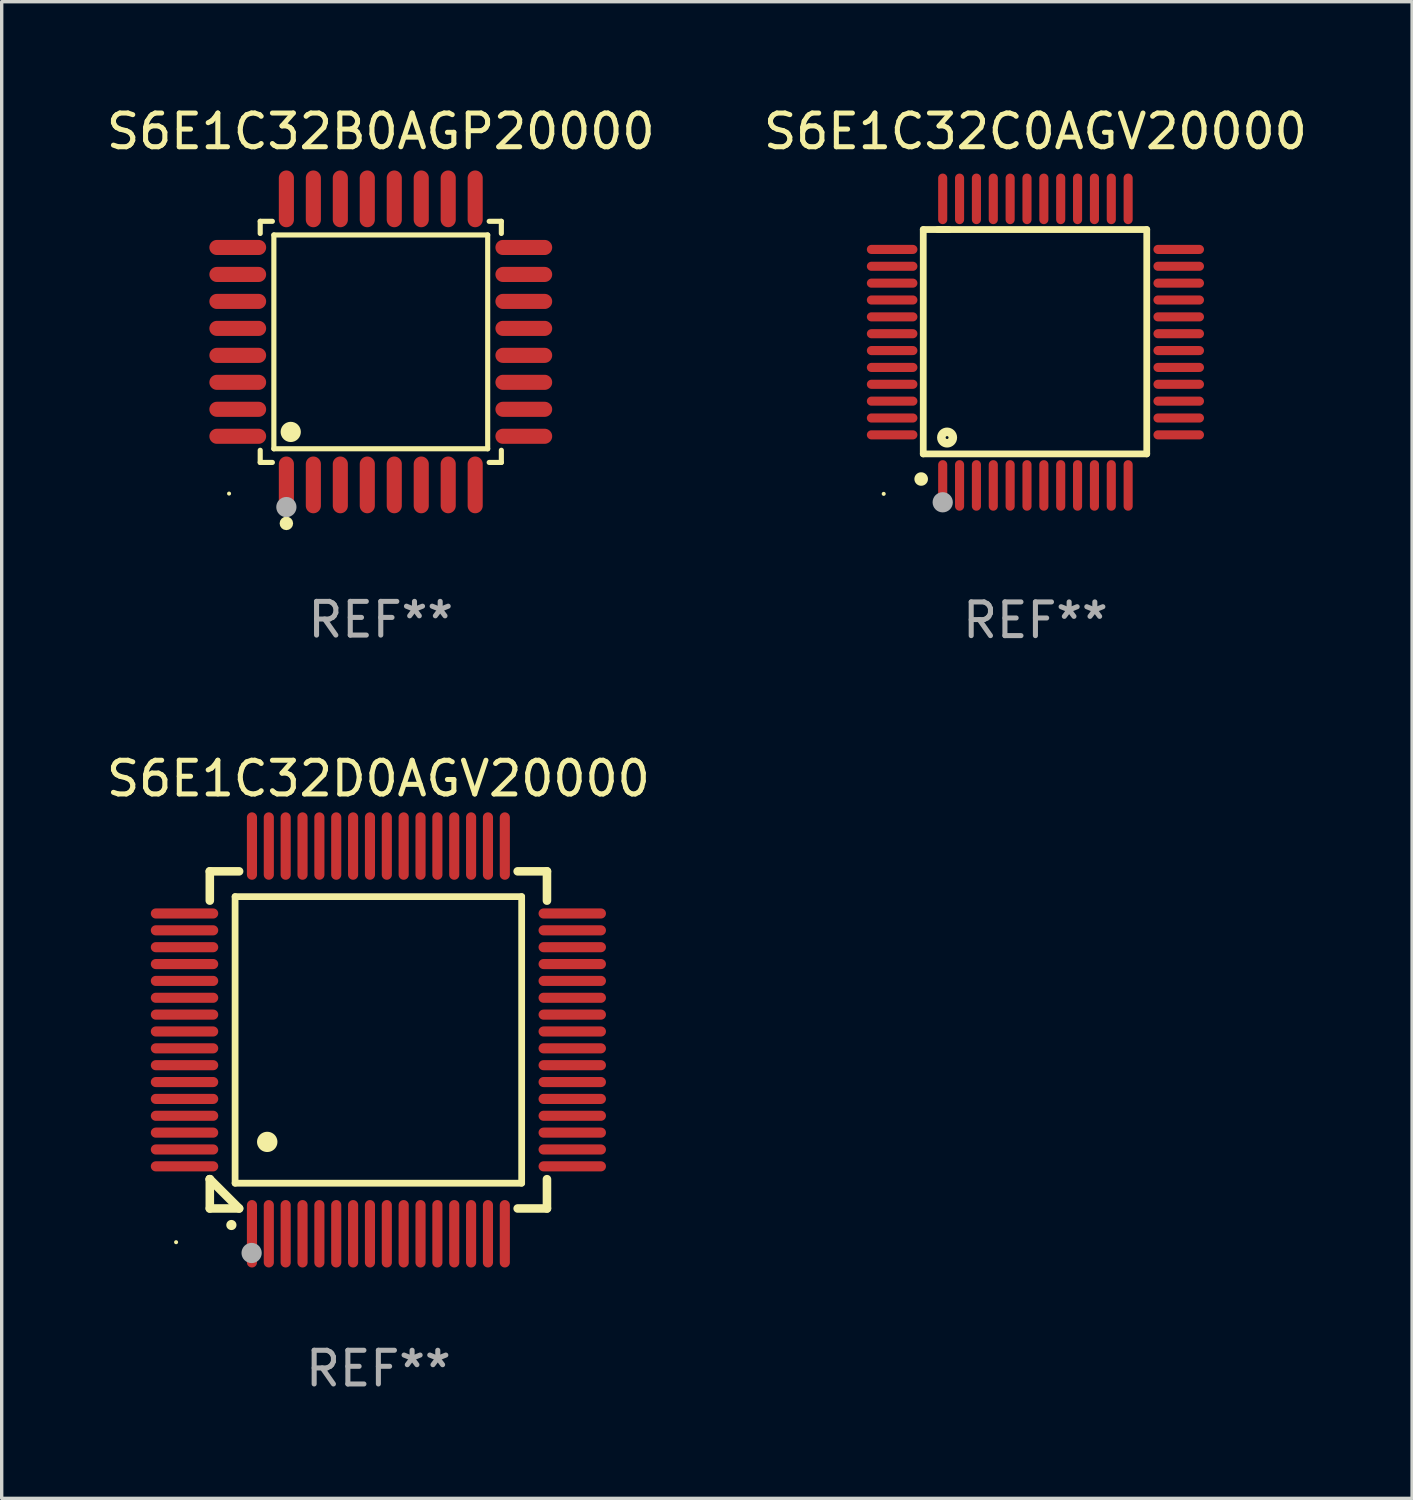
<source format=kicad_pcb>
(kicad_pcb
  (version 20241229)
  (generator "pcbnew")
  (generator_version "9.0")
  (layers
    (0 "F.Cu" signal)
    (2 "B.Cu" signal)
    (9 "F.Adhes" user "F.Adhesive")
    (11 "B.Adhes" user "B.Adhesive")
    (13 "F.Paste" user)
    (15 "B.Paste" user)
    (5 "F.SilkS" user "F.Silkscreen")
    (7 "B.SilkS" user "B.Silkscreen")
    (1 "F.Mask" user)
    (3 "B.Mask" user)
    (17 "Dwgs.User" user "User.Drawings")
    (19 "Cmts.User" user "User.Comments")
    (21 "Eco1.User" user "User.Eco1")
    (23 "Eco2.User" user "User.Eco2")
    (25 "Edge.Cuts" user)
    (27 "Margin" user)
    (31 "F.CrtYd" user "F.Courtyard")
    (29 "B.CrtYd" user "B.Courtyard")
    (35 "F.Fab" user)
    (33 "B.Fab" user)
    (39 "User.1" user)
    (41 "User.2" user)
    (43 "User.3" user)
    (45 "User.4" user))
  (footprint "S6E1C32B0AGP20000"
    (layer "F.Cu")
    (at 8.244 7.09)
    (property "Reference" "S6E1C32B0AGP20000" (at 0 -6.242 0) (layer "F.SilkS") (effects (font (size 1 1) (thickness 0.15))))
    (attr through_hole)
    (fp_line (start -3.576 -3.576) (end -3.215 -3.576) (stroke (width 0.152) (type solid)) (layer "F.SilkS"))
    (fp_line (start -3.576 -3.215) (end -3.576 -3.576) (stroke (width 0.152) (type solid)) (layer "F.SilkS"))
    (fp_line (start -3.576 3.215) (end -3.576 3.576) (stroke (width 0.152) (type solid)) (layer "F.SilkS"))
    (fp_line (start -3.576 3.576) (end -3.215 3.576) (stroke (width 0.152) (type solid)) (layer "F.SilkS"))
    (fp_line (start -3.171 -3.171) (end 3.171 -3.171) (stroke (width 0.152) (type solid)) (layer "F.SilkS"))
    (fp_line (start -3.171 3.171) (end -3.171 -3.171) (stroke (width 0.152) (type solid)) (layer "F.SilkS"))
    (fp_line (start 3.171 -3.171) (end 3.171 3.171) (stroke (width 0.152) (type solid)) (layer "F.SilkS"))
    (fp_line (start 3.171 3.171) (end -3.171 3.171) (stroke (width 0.152) (type solid)) (layer "F.SilkS"))
    (fp_line (start 3.576 -3.576) (end 3.215 -3.576) (stroke (width 0.152) (type solid)) (layer "F.SilkS"))
    (fp_line (start 3.576 -3.215) (end 3.576 -3.576) (stroke (width 0.152) (type solid)) (layer "F.SilkS"))
    (fp_line (start 3.576 3.215) (end 3.576 3.576) (stroke (width 0.152) (type solid)) (layer "F.SilkS"))
    (fp_line (start 3.576 3.576) (end 3.215 3.576) (stroke (width 0.152) (type solid)) (layer "F.SilkS"))
    (fp_circle (center -4.5 4.5) (end -4.47 4.5) (stroke (width 0.06) (type solid)) (fill no) (layer "F.SilkS"))
    (fp_circle (center -2.8 5.384) (end -2.7 5.384) (stroke (width 0.2) (type solid)) (fill no) (layer "F.SilkS"))
    (fp_circle (center -2.671 2.671) (end -2.521 2.671) (stroke (width 0.3) (type solid)) (fill no) (layer "F.SilkS"))
    (fp_circle (center -2.8 4.9) (end -2.65 4.9) (stroke (width 0.3) (type solid)) (fill no) (layer "F.Fab"))
    (fp_text user "REF**" (at 0 8.242 0) (layer "F.Fab") (effects (font (size 1 1) (thickness 0.15))))
    (pad "1" smd oval (at -2.8 4.242) (size 0.448 1.684) (layers "F.Cu" "F.Mask" "F.Paste"))
    (pad "2" smd oval (at -2 4.242) (size 0.448 1.684) (layers "F.Cu" "F.Mask" "F.Paste"))
    (pad "3" smd oval (at -1.2 4.242) (size 0.448 1.684) (layers "F.Cu" "F.Mask" "F.Paste"))
    (pad "4" smd oval (at -0.4 4.242) (size 0.448 1.684) (layers "F.Cu" "F.Mask" "F.Paste"))
    (pad "5" smd oval (at 0.4 4.242) (size 0.448 1.684) (layers "F.Cu" "F.Mask" "F.Paste"))
    (pad "6" smd oval (at 1.2 4.242) (size 0.448 1.684) (layers "F.Cu" "F.Mask" "F.Paste"))
    (pad "7" smd oval (at 2 4.242) (size 0.448 1.684) (layers "F.Cu" "F.Mask" "F.Paste"))
    (pad "8" smd oval (at 2.8 4.242) (size 0.448 1.684) (layers "F.Cu" "F.Mask" "F.Paste"))
    (pad "9" smd oval (at 4.242 2.8) (size 1.684 0.448) (layers "F.Cu" "F.Mask" "F.Paste"))
    (pad "10" smd oval (at 4.242 2) (size 1.684 0.448) (layers "F.Cu" "F.Mask" "F.Paste"))
    (pad "11" smd oval (at 4.242 1.2) (size 1.684 0.448) (layers "F.Cu" "F.Mask" "F.Paste"))
    (pad "12" smd oval (at 4.242 0.4) (size 1.684 0.448) (layers "F.Cu" "F.Mask" "F.Paste"))
    (pad "13" smd oval (at 4.242 -0.4) (size 1.684 0.448) (layers "F.Cu" "F.Mask" "F.Paste"))
    (pad "14" smd oval (at 4.242 -1.2) (size 1.684 0.448) (layers "F.Cu" "F.Mask" "F.Paste"))
    (pad "15" smd oval (at 4.242 -2) (size 1.684 0.448) (layers "F.Cu" "F.Mask" "F.Paste"))
    (pad "16" smd oval (at 4.242 -2.8) (size 1.684 0.448) (layers "F.Cu" "F.Mask" "F.Paste"))
    (pad "17" smd oval (at 2.8 -4.242) (size 0.448 1.684) (layers "F.Cu" "F.Mask" "F.Paste"))
    (pad "18" smd oval (at 2 -4.242) (size 0.448 1.684) (layers "F.Cu" "F.Mask" "F.Paste"))
    (pad "19" smd oval (at 1.2 -4.242) (size 0.448 1.684) (layers "F.Cu" "F.Mask" "F.Paste"))
    (pad "20" smd oval (at 0.4 -4.242) (size 0.448 1.684) (layers "F.Cu" "F.Mask" "F.Paste"))
    (pad "21" smd oval (at -0.4 -4.242) (size 0.448 1.684) (layers "F.Cu" "F.Mask" "F.Paste"))
    (pad "22" smd oval (at -1.2 -4.242) (size 0.448 1.684) (layers "F.Cu" "F.Mask" "F.Paste"))
    (pad "23" smd oval (at -2 -4.242) (size 0.448 1.684) (layers "F.Cu" "F.Mask" "F.Paste"))
    (pad "24" smd oval (at -2.8 -4.242) (size 0.448 1.684) (layers "F.Cu" "F.Mask" "F.Paste"))
    (pad "25" smd oval (at -4.242 -2.8) (size 1.684 0.448) (layers "F.Cu" "F.Mask" "F.Paste"))
    (pad "26" smd oval (at -4.242 -2) (size 1.684 0.448) (layers "F.Cu" "F.Mask" "F.Paste"))
    (pad "27" smd oval (at -4.242 -1.2) (size 1.684 0.448) (layers "F.Cu" "F.Mask" "F.Paste"))
    (pad "28" smd oval (at -4.242 -0.4) (size 1.684 0.448) (layers "F.Cu" "F.Mask" "F.Paste"))
    (pad "29" smd oval (at -4.242 0.4) (size 1.684 0.448) (layers "F.Cu" "F.Mask" "F.Paste"))
    (pad "30" smd oval (at -4.242 1.2) (size 1.684 0.448) (layers "F.Cu" "F.Mask" "F.Paste"))
    (pad "31" smd oval (at -4.242 2) (size 1.684 0.448) (layers "F.Cu" "F.Mask" "F.Paste"))
    (pad "32" smd oval (at -4.242 2.8) (size 1.684 0.448) (layers "F.Cu" "F.Mask" "F.Paste")))
  (footprint "S6E1C32D0AGV20000"
    (layer "F.Cu")
    (at 8.173 27.794)
    (property "Reference" "S6E1C32D0AGV20000" (at 0 -7.75 0) (layer "F.SilkS") (effects (font (size 1 1) (thickness 0.15))))
    (attr through_hole)
    (fp_line (start -5 -5) (end -4.131 -5) (stroke (width 0.254) (type solid)) (layer "F.SilkS"))
    (fp_line (start -5 -4.131) (end -5 -5) (stroke (width 0.254) (type solid)) (layer "F.SilkS"))
    (fp_line (start -5 4.131) (end -5 4.131) (stroke (width 0.254) (type solid)) (layer "F.SilkS"))
    (fp_line (start -5 5) (end -5 4.131) (stroke (width 0.254) (type solid)) (layer "F.SilkS"))
    (fp_line (start -5 4.131) (end -4.131 5) (stroke (width 0.254) (type solid)) (layer "F.SilkS"))
    (fp_line (start -4.25 -4.25) (end -4.25 4.25) (stroke (width 0.2) (type solid)) (layer "F.SilkS"))
    (fp_line (start -4.25 4.25) (end 4.25 4.25) (stroke (width 0.2) (type solid)) (layer "F.SilkS"))
    (fp_line (start -4.131 5) (end -5 5) (stroke (width 0.254) (type solid)) (layer "F.SilkS"))
    (fp_line (start 4.25 -4.25) (end -4.25 -4.25) (stroke (width 0.2) (type solid)) (layer "F.SilkS"))
    (fp_line (start 4.25 4.25) (end 4.25 -4.25) (stroke (width 0.2) (type solid)) (layer "F.SilkS"))
    (fp_line (start 5 -5) (end 4.131 -5) (stroke (width 0.254) (type solid)) (layer "F.SilkS"))
    (fp_line (start 5 -5) (end 5 -4.131) (stroke (width 0.254) (type solid)) (layer "F.SilkS"))
    (fp_line (start 5 4.131) (end 5 5) (stroke (width 0.254) (type solid)) (layer "F.SilkS"))
    (fp_line (start 5 5) (end 4.131 5) (stroke (width 0.254) (type solid)) (layer "F.SilkS"))
    (fp_arc (start -4.361265 5.489992) (mid -4.359995 5.489987) (end -4.358725 5.489992) (stroke (width 0.3) (type solid)) (layer "F.SilkS"))
    (fp_arc (start -3.299467 3.025146) (mid -3.296927 3.025135) (end -3.294387 3.025146) (stroke (width 0.6) (type solid)) (layer "F.SilkS"))
    (fp_circle (center -6 6) (end -5.97 6) (stroke (width 0.06) (type solid)) (fill no) (layer "F.SilkS"))
    (fp_circle (center -3.76 6.32) (end -3.61 6.32) (stroke (width 0.3) (type solid)) (fill no) (layer "F.Fab"))
    (fp_text user "REF**" (at 0 9.75 0) (layer "F.Fab") (effects (font (size 1 1) (thickness 0.15))))
    (pad "1" smd oval (at -3.75 5.75) (size 0.3 2) (layers "F.Cu" "F.Mask" "F.Paste"))
    (pad "2" smd oval (at -3.25 5.75) (size 0.3 2) (layers "F.Cu" "F.Mask" "F.Paste"))
    (pad "3" smd oval (at -2.75 5.75) (size 0.3 2) (layers "F.Cu" "F.Mask" "F.Paste"))
    (pad "4" smd oval (at -2.25 5.75) (size 0.3 2) (layers "F.Cu" "F.Mask" "F.Paste"))
    (pad "5" smd oval (at -1.75 5.75) (size 0.3 2) (layers "F.Cu" "F.Mask" "F.Paste"))
    (pad "6" smd oval (at -1.25 5.75) (size 0.3 2) (layers "F.Cu" "F.Mask" "F.Paste"))
    (pad "7" smd oval (at -0.75 5.75) (size 0.3 2) (layers "F.Cu" "F.Mask" "F.Paste"))
    (pad "8" smd oval (at -0.25 5.75) (size 0.3 2) (layers "F.Cu" "F.Mask" "F.Paste"))
    (pad "9" smd oval (at 0.25 5.75) (size 0.3 2) (layers "F.Cu" "F.Mask" "F.Paste"))
    (pad "10" smd oval (at 0.75 5.75) (size 0.3 2) (layers "F.Cu" "F.Mask" "F.Paste"))
    (pad "11" smd oval (at 1.25 5.75) (size 0.3 2) (layers "F.Cu" "F.Mask" "F.Paste"))
    (pad "12" smd oval (at 1.75 5.75) (size 0.3 2) (layers "F.Cu" "F.Mask" "F.Paste"))
    (pad "13" smd oval (at 2.25 5.75) (size 0.3 2) (layers "F.Cu" "F.Mask" "F.Paste"))
    (pad "14" smd oval (at 2.75 5.75) (size 0.3 2) (layers "F.Cu" "F.Mask" "F.Paste"))
    (pad "15" smd oval (at 3.25 5.75) (size 0.3 2) (layers "F.Cu" "F.Mask" "F.Paste"))
    (pad "16" smd oval (at 3.75 5.75) (size 0.3 2) (layers "F.Cu" "F.Mask" "F.Paste"))
    (pad "17" smd oval (at 5.75 3.75) (size 2 0.3) (layers "F.Cu" "F.Mask" "F.Paste"))
    (pad "18" smd oval (at 5.75 3.25) (size 2 0.3) (layers "F.Cu" "F.Mask" "F.Paste"))
    (pad "19" smd oval (at 5.75 2.75) (size 2 0.3) (layers "F.Cu" "F.Mask" "F.Paste"))
    (pad "20" smd oval (at 5.75 2.25) (size 2 0.3) (layers "F.Cu" "F.Mask" "F.Paste"))
    (pad "21" smd oval (at 5.75 1.75) (size 2 0.3) (layers "F.Cu" "F.Mask" "F.Paste"))
    (pad "22" smd oval (at 5.75 1.25) (size 2 0.3) (layers "F.Cu" "F.Mask" "F.Paste"))
    (pad "23" smd oval (at 5.75 0.75) (size 2 0.3) (layers "F.Cu" "F.Mask" "F.Paste"))
    (pad "24" smd oval (at 5.75 0.25) (size 2 0.3) (layers "F.Cu" "F.Mask" "F.Paste"))
    (pad "25" smd oval (at 5.75 -0.25) (size 2 0.3) (layers "F.Cu" "F.Mask" "F.Paste"))
    (pad "26" smd oval (at 5.75 -0.75) (size 2 0.3) (layers "F.Cu" "F.Mask" "F.Paste"))
    (pad "27" smd oval (at 5.75 -1.25) (size 2 0.3) (layers "F.Cu" "F.Mask" "F.Paste"))
    (pad "28" smd oval (at 5.75 -1.75) (size 2 0.3) (layers "F.Cu" "F.Mask" "F.Paste"))
    (pad "29" smd oval (at 5.75 -2.25) (size 2 0.3) (layers "F.Cu" "F.Mask" "F.Paste"))
    (pad "30" smd oval (at 5.75 -2.75) (size 2 0.3) (layers "F.Cu" "F.Mask" "F.Paste"))
    (pad "31" smd oval (at 5.75 -3.25) (size 2 0.3) (layers "F.Cu" "F.Mask" "F.Paste"))
    (pad "32" smd oval (at 5.75 -3.75) (size 2 0.3) (layers "F.Cu" "F.Mask" "F.Paste"))
    (pad "33" smd oval (at 3.75 -5.75) (size 0.3 2) (layers "F.Cu" "F.Mask" "F.Paste"))
    (pad "34" smd oval (at 3.25 -5.75) (size 0.3 2) (layers "F.Cu" "F.Mask" "F.Paste"))
    (pad "35" smd oval (at 2.75 -5.75) (size 0.3 2) (layers "F.Cu" "F.Mask" "F.Paste"))
    (pad "36" smd oval (at 2.25 -5.75) (size 0.3 2) (layers "F.Cu" "F.Mask" "F.Paste"))
    (pad "37" smd oval (at 1.75 -5.75) (size 0.3 2) (layers "F.Cu" "F.Mask" "F.Paste"))
    (pad "38" smd oval (at 1.25 -5.75) (size 0.3 2) (layers "F.Cu" "F.Mask" "F.Paste"))
    (pad "39" smd oval (at 0.75 -5.75) (size 0.3 2) (layers "F.Cu" "F.Mask" "F.Paste"))
    (pad "40" smd oval (at 0.25 -5.75) (size 0.3 2) (layers "F.Cu" "F.Mask" "F.Paste"))
    (pad "41" smd oval (at -0.25 -5.75) (size 0.3 2) (layers "F.Cu" "F.Mask" "F.Paste"))
    (pad "42" smd oval (at -0.75 -5.75) (size 0.3 2) (layers "F.Cu" "F.Mask" "F.Paste"))
    (pad "43" smd oval (at -1.25 -5.75) (size 0.3 2) (layers "F.Cu" "F.Mask" "F.Paste"))
    (pad "44" smd oval (at -1.75 -5.75) (size 0.3 2) (layers "F.Cu" "F.Mask" "F.Paste"))
    (pad "45" smd oval (at -2.25 -5.75) (size 0.3 2) (layers "F.Cu" "F.Mask" "F.Paste"))
    (pad "46" smd oval (at -2.75 -5.75) (size 0.3 2) (layers "F.Cu" "F.Mask" "F.Paste"))
    (pad "47" smd oval (at -3.25 -5.75) (size 0.3 2) (layers "F.Cu" "F.Mask" "F.Paste"))
    (pad "48" smd oval (at -3.75 -5.75) (size 0.3 2) (layers "F.Cu" "F.Mask" "F.Paste"))
    (pad "49" smd oval (at -5.75 -3.75) (size 2 0.3) (layers "F.Cu" "F.Mask" "F.Paste"))
    (pad "50" smd oval (at -5.75 -3.25) (size 2 0.3) (layers "F.Cu" "F.Mask" "F.Paste"))
    (pad "51" smd oval (at -5.75 -2.75) (size 2 0.3) (layers "F.Cu" "F.Mask" "F.Paste"))
    (pad "52" smd oval (at -5.75 -2.25) (size 2 0.3) (layers "F.Cu" "F.Mask" "F.Paste"))
    (pad "53" smd oval (at -5.75 -1.75) (size 2 0.3) (layers "F.Cu" "F.Mask" "F.Paste"))
    (pad "54" smd oval (at -5.75 -1.25) (size 2 0.3) (layers "F.Cu" "F.Mask" "F.Paste"))
    (pad "55" smd oval (at -5.75 -0.75) (size 2 0.3) (layers "F.Cu" "F.Mask" "F.Paste"))
    (pad "56" smd oval (at -5.75 -0.25) (size 2 0.3) (layers "F.Cu" "F.Mask" "F.Paste"))
    (pad "57" smd oval (at -5.75 0.25) (size 2 0.3) (layers "F.Cu" "F.Mask" "F.Paste"))
    (pad "58" smd oval (at -5.75 0.75) (size 2 0.3) (layers "F.Cu" "F.Mask" "F.Paste"))
    (pad "59" smd oval (at -5.75 1.25) (size 2 0.3) (layers "F.Cu" "F.Mask" "F.Paste"))
    (pad "60" smd oval (at -5.75 1.75) (size 2 0.3) (layers "F.Cu" "F.Mask" "F.Paste"))
    (pad "61" smd oval (at -5.75 2.25) (size 2 0.3) (layers "F.Cu" "F.Mask" "F.Paste"))
    (pad "62" smd oval (at -5.75 2.75) (size 2 0.3) (layers "F.Cu" "F.Mask" "F.Paste"))
    (pad "63" smd oval (at -5.75 3.25) (size 2 0.3) (layers "F.Cu" "F.Mask" "F.Paste"))
    (pad "64" smd oval (at -5.75 3.75) (size 2 0.3) (layers "F.Cu" "F.Mask" "F.Paste")))
  (footprint "S6E1C32C0AGV20000"
    (layer "F.Cu")
    (at 27.661 7.098)
    (property "Reference" "S6E1C32C0AGV20000" (at 0 -6.25 0) (layer "F.SilkS") (effects (font (size 1 1) (thickness 0.15))))
    (attr through_hole)
    (fp_line (start -3.327 -3.34) (end -2.565 -3.34) (stroke (width 0.2) (type solid)) (layer "F.SilkS"))
    (fp_line (start -3.327 3.315) (end -3.327 -3.34) (stroke (width 0.2) (type solid)) (layer "F.SilkS"))
    (fp_line (start -2.896 -3.34) (end 3.302 -3.34) (stroke (width 0.2) (type solid)) (layer "F.SilkS"))
    (fp_line (start 3.302 -3.34) (end 3.302 3.315) (stroke (width 0.2) (type solid)) (layer "F.SilkS"))
    (fp_line (start 3.302 3.315) (end -3.327 3.315) (stroke (width 0.2) (type solid)) (layer "F.SilkS"))
    (fp_arc (start -3.389992 4.059995) (mid -3.388722 4.059991) (end -3.387452 4.059995) (stroke (width 0.4) (type solid)) (layer "F.SilkS"))
    (fp_circle (center -4.5 4.5) (end -4.47 4.5) (stroke (width 0.06) (type solid)) (fill no) (layer "F.SilkS"))
    (fp_circle (center -2.62 2.83) (end -2.45 2.83) (stroke (width 0.254) (type solid)) (fill no) (layer "F.SilkS"))
    (fp_circle (center -2.75 4.75) (end -2.6 4.75) (stroke (width 0.3) (type solid)) (fill no) (layer "F.Fab"))
    (fp_text user "REF**" (at 0 8.25 0) (layer "F.Fab") (effects (font (size 1 1) (thickness 0.15))))
    (pad "1" smd oval (at -2.75 4.25) (size 0.27 1.5) (layers "F.Cu" "F.Mask" "F.Paste"))
    (pad "2" smd oval (at -2.25 4.25) (size 0.27 1.5) (layers "F.Cu" "F.Mask" "F.Paste"))
    (pad "3" smd oval (at -1.75 4.25) (size 0.27 1.5) (layers "F.Cu" "F.Mask" "F.Paste"))
    (pad "4" smd oval (at -1.25 4.25) (size 0.27 1.5) (layers "F.Cu" "F.Mask" "F.Paste"))
    (pad "5" smd oval (at -0.75 4.25) (size 0.27 1.5) (layers "F.Cu" "F.Mask" "F.Paste"))
    (pad "6" smd oval (at -0.25 4.25) (size 0.27 1.5) (layers "F.Cu" "F.Mask" "F.Paste"))
    (pad "7" smd oval (at 0.25 4.25) (size 0.27 1.5) (layers "F.Cu" "F.Mask" "F.Paste"))
    (pad "8" smd oval (at 0.75 4.25) (size 0.27 1.5) (layers "F.Cu" "F.Mask" "F.Paste"))
    (pad "9" smd oval (at 1.25 4.25) (size 0.27 1.5) (layers "F.Cu" "F.Mask" "F.Paste"))
    (pad "10" smd oval (at 1.75 4.25) (size 0.27 1.5) (layers "F.Cu" "F.Mask" "F.Paste"))
    (pad "11" smd oval (at 2.25 4.25) (size 0.27 1.5) (layers "F.Cu" "F.Mask" "F.Paste"))
    (pad "12" smd oval (at 2.75 4.25) (size 0.27 1.5) (layers "F.Cu" "F.Mask" "F.Paste"))
    (pad "13" smd oval (at 4.25 2.75) (size 1.5 0.27) (layers "F.Cu" "F.Mask" "F.Paste"))
    (pad "14" smd oval (at 4.25 2.25) (size 1.5 0.27) (layers "F.Cu" "F.Mask" "F.Paste"))
    (pad "15" smd oval (at 4.25 1.75) (size 1.5 0.27) (layers "F.Cu" "F.Mask" "F.Paste"))
    (pad "16" smd oval (at 4.25 1.25) (size 1.5 0.27) (layers "F.Cu" "F.Mask" "F.Paste"))
    (pad "17" smd oval (at 4.25 0.75) (size 1.5 0.27) (layers "F.Cu" "F.Mask" "F.Paste"))
    (pad "18" smd oval (at 4.25 0.25) (size 1.5 0.27) (layers "F.Cu" "F.Mask" "F.Paste"))
    (pad "19" smd oval (at 4.25 -0.25) (size 1.5 0.27) (layers "F.Cu" "F.Mask" "F.Paste"))
    (pad "20" smd oval (at 4.25 -0.75) (size 1.5 0.27) (layers "F.Cu" "F.Mask" "F.Paste"))
    (pad "21" smd oval (at 4.25 -1.25) (size 1.5 0.27) (layers "F.Cu" "F.Mask" "F.Paste"))
    (pad "22" smd oval (at 4.25 -1.75) (size 1.5 0.27) (layers "F.Cu" "F.Mask" "F.Paste"))
    (pad "23" smd oval (at 4.25 -2.25) (size 1.5 0.27) (layers "F.Cu" "F.Mask" "F.Paste"))
    (pad "24" smd oval (at 4.25 -2.75) (size 1.5 0.27) (layers "F.Cu" "F.Mask" "F.Paste"))
    (pad "25" smd oval (at 2.75 -4.25) (size 0.27 1.5) (layers "F.Cu" "F.Mask" "F.Paste"))
    (pad "26" smd oval (at 2.25 -4.25) (size 0.27 1.5) (layers "F.Cu" "F.Mask" "F.Paste"))
    (pad "27" smd oval (at 1.75 -4.25) (size 0.27 1.5) (layers "F.Cu" "F.Mask" "F.Paste"))
    (pad "28" smd oval (at 1.25 -4.25) (size 0.27 1.5) (layers "F.Cu" "F.Mask" "F.Paste"))
    (pad "29" smd oval (at 0.75 -4.25) (size 0.27 1.5) (layers "F.Cu" "F.Mask" "F.Paste"))
    (pad "30" smd oval (at 0.25 -4.25) (size 0.27 1.5) (layers "F.Cu" "F.Mask" "F.Paste"))
    (pad "31" smd oval (at -0.25 -4.25) (size 0.27 1.5) (layers "F.Cu" "F.Mask" "F.Paste"))
    (pad "32" smd oval (at -0.75 -4.25) (size 0.27 1.5) (layers "F.Cu" "F.Mask" "F.Paste"))
    (pad "33" smd oval (at -1.25 -4.25) (size 0.27 1.5) (layers "F.Cu" "F.Mask" "F.Paste"))
    (pad "34" smd oval (at -1.75 -4.25) (size 0.27 1.5) (layers "F.Cu" "F.Mask" "F.Paste"))
    (pad "35" smd oval (at -2.25 -4.25) (size 0.27 1.5) (layers "F.Cu" "F.Mask" "F.Paste"))
    (pad "36" smd oval (at -2.75 -4.25) (size 0.27 1.5) (layers "F.Cu" "F.Mask" "F.Paste"))
    (pad "37" smd oval (at -4.25 -2.75) (size 1.5 0.27) (layers "F.Cu" "F.Mask" "F.Paste"))
    (pad "38" smd oval (at -4.25 -2.25) (size 1.5 0.27) (layers "F.Cu" "F.Mask" "F.Paste"))
    (pad "39" smd oval (at -4.25 -1.75) (size 1.5 0.27) (layers "F.Cu" "F.Mask" "F.Paste"))
    (pad "40" smd oval (at -4.25 -1.25) (size 1.5 0.27) (layers "F.Cu" "F.Mask" "F.Paste"))
    (pad "41" smd oval (at -4.25 -0.75) (size 1.5 0.27) (layers "F.Cu" "F.Mask" "F.Paste"))
    (pad "42" smd oval (at -4.25 -0.25) (size 1.5 0.27) (layers "F.Cu" "F.Mask" "F.Paste"))
    (pad "43" smd oval (at -4.25 0.25) (size 1.5 0.27) (layers "F.Cu" "F.Mask" "F.Paste"))
    (pad "44" smd oval (at -4.25 0.75) (size 1.5 0.27) (layers "F.Cu" "F.Mask" "F.Paste"))
    (pad "45" smd oval (at -4.25 1.25) (size 1.5 0.27) (layers "F.Cu" "F.Mask" "F.Paste"))
    (pad "46" smd oval (at -4.25 1.75) (size 1.5 0.27) (layers "F.Cu" "F.Mask" "F.Paste"))
    (pad "47" smd oval (at -4.25 2.25) (size 1.5 0.27) (layers "F.Cu" "F.Mask" "F.Paste"))
    (pad "48" smd oval (at -4.25 2.75) (size 1.5 0.27) (layers "F.Cu" "F.Mask" "F.Paste")))
  (gr_rect
    (start -3 -3)
    (end 38.833 41.392)
    (stroke (width 0.1) (type default))
    (fill no)
    (layer "Edge.Cuts")))
</source>
